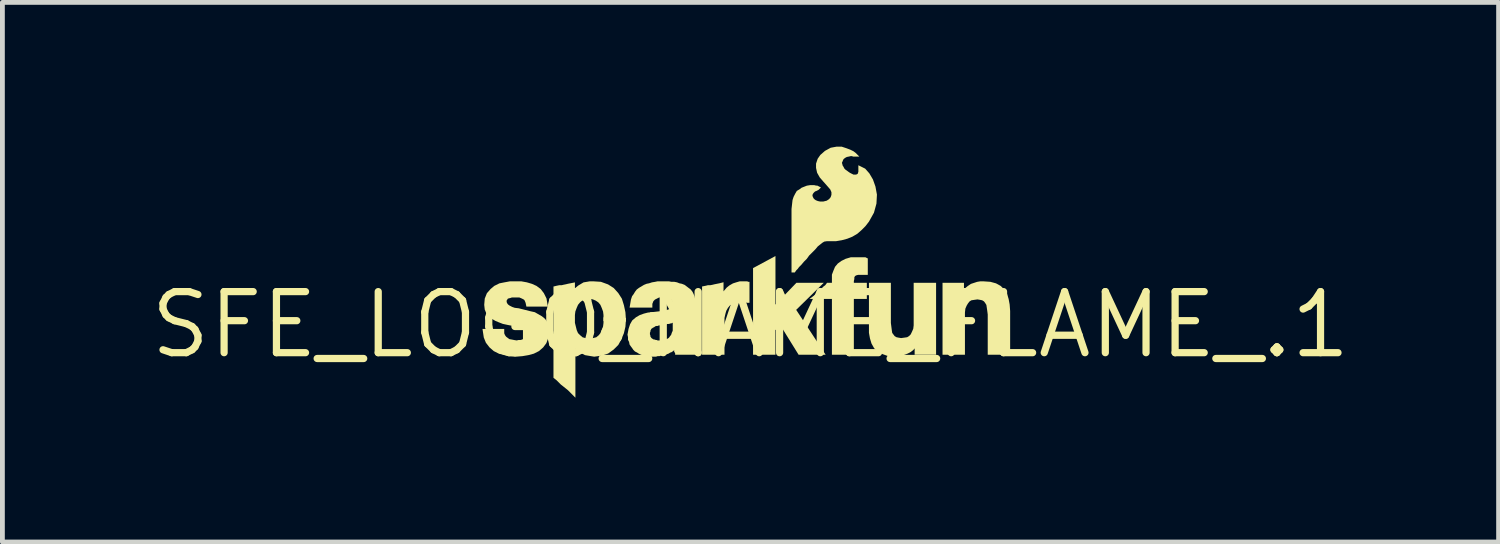
<source format=kicad_pcb>
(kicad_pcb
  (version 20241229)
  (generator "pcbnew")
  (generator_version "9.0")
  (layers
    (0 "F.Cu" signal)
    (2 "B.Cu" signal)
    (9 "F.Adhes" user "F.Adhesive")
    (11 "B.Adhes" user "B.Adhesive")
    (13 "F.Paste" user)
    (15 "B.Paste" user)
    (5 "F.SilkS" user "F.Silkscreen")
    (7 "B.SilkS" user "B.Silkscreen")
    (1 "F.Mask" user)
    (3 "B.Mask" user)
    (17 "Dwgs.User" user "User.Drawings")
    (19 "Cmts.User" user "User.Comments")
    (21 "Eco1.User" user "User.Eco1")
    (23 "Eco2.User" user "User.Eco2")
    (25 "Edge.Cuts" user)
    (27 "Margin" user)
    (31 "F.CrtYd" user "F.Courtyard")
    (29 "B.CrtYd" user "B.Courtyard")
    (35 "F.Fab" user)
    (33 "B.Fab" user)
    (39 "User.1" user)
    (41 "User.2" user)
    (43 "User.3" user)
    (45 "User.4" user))
  (footprint "SFE_LOGO_NAME_FLAME_.1"
    (layer "F.Cu")
    (at 12.556 3.704)
    (property "Reference" "SFE_LOGO_NAME_FLAME_.1" (at 0 0 0) (layer "F.SilkS") (effects (font (size 1.27 1.27) (thickness 0.15))))
    (fp_poly (pts (xy -2.588 -0.143) (xy -2.601 0.04) (xy -2.633 0.176) (xy -2.699 0.335) (xy -3.107 0.144) (xy -3.066 0.035) (xy -3.057 -0.038) (xy -3.057 -0.155)) (stroke (width 0) (type solid)) (fill yes) (layer "F.SilkS"))
    (fp_poly (pts (xy -1.695 -0.036) (xy -1.75 -0.008) (xy -1.773 -0.008) (xy -1.803 0.002) (xy -1.843 0.002) (xy -1.873 0.012) (xy -1.91 0.012) (xy -1.93 0.022) (xy -1.985 0.022) (xy -2.092 -0.258) (xy -1.864 -0.284) (xy -1.76 -0.299)) (stroke (width 0) (type solid)) (fill yes) (layer "F.SilkS"))
    (fp_poly (pts (xy 0.519 -0.421) (xy 0.955 -0.874) (xy 1.524 -0.874) (xy 0.95 -0.311) (xy 1.562 0.622) (xy 1 0.622) (xy 0.623 0.014) (xy 0.519 0.111) (xy 0.519 0.622) (xy 0.053 0.622) (xy 0.053 -1.179) (xy 0.519 -1.43)) (stroke (width 0) (type solid)) (fill yes) (layer "F.SilkS"))
    (fp_poly (pts (xy 2.439 -1.38) (xy 2.439 -1.038) (xy 2.236 -1.038) (xy 2.204 -1.03) (xy 2.177 -1.016) (xy 2.164 -0.997) (xy 2.159 -0.987) (xy 2.159 -0.951) (xy 2.149 -0.911) (xy 2.149 -0.874) (xy 2.419 -0.874) (xy 2.419 -0.538) (xy 2.149 -0.538) (xy 2.149 0.622) (xy 1.693 0.622) (xy 1.693 -0.538) (xy 1.227 -0.538) (xy 1.356 -0.635) (xy 1.516 -0.795) (xy 1.554 -0.823) (xy 1.592 -0.874) (xy 1.693 -0.874) (xy 1.693 -1.043) (xy 1.726 -1.13) (xy 1.758 -1.206) (xy 1.815 -1.274) (xy 1.891 -1.329) (xy 1.977 -1.372) (xy 2.085 -1.404) (xy 2.39 -1.404)) (stroke (width 0) (type solid)) (fill yes) (layer "F.SilkS"))
    (fp_poly (pts (xy -0.053 -0.894) (xy -0.021 -0.894) (xy -0.021 -0.458) (xy -0.078 -0.458) (xy -0.098 -0.468) (xy -0.197 -0.468) (xy -0.292 -0.458) (xy -0.365 -0.44) (xy -0.424 -0.406) (xy -0.468 -0.354) (xy -0.504 -0.291) (xy -0.522 -0.227) (xy -0.541 -0.142) (xy -0.541 0.622) (xy -1.007 0.622) (xy -1.007 -0.797) (xy -0.927 -0.813) (xy -0.884 -0.824) (xy -0.833 -0.824) (xy -0.787 -0.833) (xy -0.747 -0.843) (xy -0.647 -0.863) (xy -0.561 -0.885) (xy -0.561 -0.695) (xy -0.549 -0.71) (xy -0.496 -0.773) (xy -0.44 -0.818) (xy -0.365 -0.861) (xy -0.3 -0.882) (xy -0.224 -0.904) (xy -0.063 -0.904)) (stroke (width 0) (type solid)) (fill yes) (layer "F.SilkS"))
    (fp_poly (pts (xy 2.919 -0.038) (xy 2.939 0.118) (xy 2.947 0.169) (xy 2.997 0.235) (xy 3.035 0.258) (xy 3.078 0.267) (xy 3.132 0.276) (xy 3.205 0.266) (xy 3.258 0.258) (xy 3.297 0.234) (xy 3.33 0.201) (xy 3.356 0.148) (xy 3.384 0.084) (xy 3.393 0.012) (xy 3.393 -0.874) (xy 3.859 -0.874) (xy 3.859 0.622) (xy 3.413 0.622) (xy 3.413 0.49) (xy 3.388 0.521) (xy 3.332 0.566) (xy 3.267 0.599) (xy 3.214 0.62) (xy 3.15 0.641) (xy 3.077 0.652) (xy 3.013 0.662) (xy 2.863 0.652) (xy 2.745 0.609) (xy 2.649 0.555) (xy 2.571 0.488) (xy 2.516 0.389) (xy 2.484 0.283) (xy 2.463 0.167) (xy 2.463 -0.874) (xy 2.919 -0.874)) (stroke (width 0) (type solid)) (fill yes) (layer "F.SilkS"))
    (fp_poly (pts (xy 4.987 -0.894) (xy 5.105 -0.862) (xy 5.204 -0.807) (xy 5.281 -0.73) (xy 5.336 -0.642) (xy 5.368 -0.535) (xy 5.389 -0.421) (xy 5.399 -0.287) (xy 5.399 0.622) (xy 4.933 0.622) (xy 4.933 -0.214) (xy 4.923 -0.291) (xy 4.913 -0.36) (xy 4.905 -0.413) (xy 4.879 -0.455) (xy 4.855 -0.487) (xy 4.817 -0.51) (xy 4.774 -0.519) (xy 4.72 -0.528) (xy 4.647 -0.518) (xy 4.594 -0.51) (xy 4.556 -0.487) (xy 4.522 -0.444) (xy 4.495 -0.399) (xy 4.468 -0.336) (xy 4.459 -0.254) (xy 4.459 0.622) (xy 3.993 0.622) (xy 3.993 -0.874) (xy 4.439 -0.874) (xy 4.439 -0.738) (xy 4.466 -0.764) (xy 4.518 -0.807) (xy 4.584 -0.851) (xy 4.712 -0.893) (xy 4.778 -0.904) (xy 4.842 -0.904)) (stroke (width 0) (type solid)) (fill yes) (layer "F.SilkS"))
    (fp_poly (pts (xy -3.111 -0.894) (xy -2.962 -0.84) (xy -2.844 -0.765) (xy -2.749 -0.659) (xy -2.674 -0.542) (xy -2.632 -0.406) (xy -2.601 -0.261) (xy -2.588 -0.067) (xy -3.057 -0.079) (xy -3.057 -0.204) (xy -3.066 -0.277) (xy -3.094 -0.352) (xy -3.122 -0.416) (xy -3.165 -0.467) (xy -3.217 -0.502) (xy -3.279 -0.529) (xy -3.359 -0.538) (xy -3.43 -0.529) (xy -3.5 -0.502) (xy -3.542 -0.469) (xy -3.586 -0.416) (xy -3.614 -0.352) (xy -3.642 -0.277) (xy -3.651 -0.204) (xy -3.651 -0.041) (xy -3.613 0.112) (xy -3.587 0.172) (xy -3.543 0.216) (xy -3.491 0.26) (xy -3.432 0.276) (xy -3.349 0.286) (xy -3.276 0.276) (xy -3.207 0.259) (xy -3.156 0.217) (xy -3.122 0.174) (xy -3.078 0.073) (xy -2.666 0.267) (xy -2.748 0.417) (xy -2.844 0.513) (xy -2.961 0.598) (xy -3.09 0.641) (xy -3.25 0.663) (xy -3.441 0.631) (xy -3.507 0.597) (xy -3.614 0.533) (xy -3.641 0.5) (xy -3.641 1.516) (xy -3.794 1.362) (xy -3.944 1.242) (xy -4.034 1.152) (xy -4.097 1.102) (xy -4.097 -0.796) (xy -4.027 -0.813) (xy -3.973 -0.824) (xy -3.924 -0.824) (xy -3.887 -0.833) (xy -3.837 -0.843) (xy -3.797 -0.853) (xy -3.651 -0.882) (xy -3.651 -0.758) (xy -3.634 -0.774) (xy -3.581 -0.817) (xy -3.472 -0.882) (xy -3.342 -0.904) (xy -3.268 -0.904)) (stroke (width 0) (type solid)) (fill yes) (layer "F.SilkS"))
    (fp_poly (pts (xy -4.65 -0.883) (xy -4.546 -0.852) (xy -4.45 -0.809) (xy -4.362 -0.743) (xy -4.296 -0.656) (xy -4.242 -0.548) (xy -4.214 -0.378) (xy -4.66 -0.378) (xy -4.676 -0.455) (xy -4.693 -0.498) (xy -4.706 -0.519) (xy -4.728 -0.533) (xy -4.765 -0.551) (xy -4.806 -0.568) (xy -4.963 -0.568) (xy -4.988 -0.559) (xy -5.028 -0.549) (xy -5.045 -0.544) (xy -5.071 -0.504) (xy -5.071 -0.481) (xy -5.064 -0.453) (xy -5.042 -0.423) (xy -5.009 -0.399) (xy -4.954 -0.371) (xy -4.901 -0.353) (xy -4.822 -0.344) (xy -4.58 -0.283) (xy -4.485 -0.262) (xy -4.337 -0.177) (xy -4.27 -0.122) (xy -4.225 -0.054) (xy -4.192 0.024) (xy -4.181 0.125) (xy -4.202 0.263) (xy -4.245 0.382) (xy -4.311 0.47) (xy -4.398 0.546) (xy -4.505 0.6) (xy -4.621 0.631) (xy -4.744 0.652) (xy -4.869 0.662) (xy -4.994 0.652) (xy -5.117 0.631) (xy -5.233 0.6) (xy -5.34 0.546) (xy -5.427 0.47) (xy -5.502 0.373) (xy -5.546 0.264) (xy -5.573 0.086) (xy -5.121 0.086) (xy -5.121 0.177) (xy -5.105 0.215) (xy -5.082 0.247) (xy -5.014 0.298) (xy -4.962 0.307) (xy -4.912 0.317) (xy -4.861 0.325) (xy -4.824 0.316) (xy -4.784 0.316) (xy -4.752 0.308) (xy -4.719 0.291) (xy -4.684 0.265) (xy -4.663 0.245) (xy -4.648 0.184) (xy -4.655 0.157) (xy -4.669 0.129) (xy -4.7 0.106) (xy -4.745 0.079) (xy -4.8 0.061) (xy -4.957 0.021) (xy -5.057 0.001) (xy -5.15 -0.019) (xy -5.233 -0.051) (xy -5.306 -0.082) (xy -5.379 -0.124) (xy -5.446 -0.169) (xy -5.493 -0.238) (xy -5.526 -0.316) (xy -5.537 -0.415) (xy -5.526 -0.545) (xy -5.482 -0.656) (xy -5.406 -0.743) (xy -5.33 -0.808) (xy -5.221 -0.862) (xy -5.116 -0.883) (xy -5.002 -0.904) (xy -4.766 -0.904)) (stroke (width 0) (type solid)) (fill yes) (layer "F.SilkS"))
    (fp_poly (pts (xy 1.994 -3.672) (xy 2.076 -3.641) (xy 2.141 -3.609) (xy 2.186 -3.575) (xy 2.263 -3.498) (xy 2.135 -3.498) (xy 2.105 -3.508) (xy 2.086 -3.508) (xy 2.049 -3.499) (xy 2.003 -3.49) (xy 1.971 -3.473) (xy 1.939 -3.449) (xy 1.926 -3.429) (xy 1.916 -3.401) (xy 1.906 -3.381) (xy 1.901 -3.366) (xy 1.908 -3.347) (xy 1.916 -3.312) (xy 1.934 -3.285) (xy 1.952 -3.249) (xy 1.975 -3.226) (xy 2.003 -3.207) (xy 2.043 -3.177) (xy 2.07 -3.159) (xy 2.14 -3.124) (xy 2.195 -3.124) (xy 2.214 -3.131) (xy 2.229 -3.14) (xy 2.243 -3.182) (xy 2.243 -3.318) (xy 2.385 -3.247) (xy 2.472 -3.148) (xy 2.546 -3.022) (xy 2.598 -2.876) (xy 2.629 -2.708) (xy 2.619 -2.52) (xy 2.567 -2.331) (xy 2.463 -2.145) (xy 2.39 -2.051) (xy 2.307 -1.968) (xy 2.224 -1.895) (xy 2.118 -1.832) (xy 2.013 -1.79) (xy 1.899 -1.759) (xy 1.774 -1.738) (xy 1.584 -1.738) (xy 1.534 -1.73) (xy 1.493 -1.705) (xy 1.398 -1.629) (xy 1.349 -1.57) (xy 1.22 -1.441) (xy 1.17 -1.371) (xy 1.109 -1.31) (xy 1.059 -1.25) (xy 1.01 -1.201) (xy 0.98 -1.161) (xy 0.951 -1.132) (xy 0.921 -1.088) (xy 0.853 -1.088) (xy 0.853 -2.408) (xy 0.874 -2.594) (xy 0.896 -2.661) (xy 0.928 -2.724) (xy 0.963 -2.784) (xy 1.02 -2.818) (xy 1.062 -2.85) (xy 1.171 -2.893) (xy 1.238 -2.904) (xy 1.326 -2.904) (xy 1.366 -2.894) (xy 1.39 -2.894) (xy 1.465 -2.856) (xy 1.414 -2.805) (xy 1.366 -2.781) (xy 1.342 -2.773) (xy 1.311 -2.742) (xy 1.296 -2.719) (xy 1.289 -2.7) (xy 1.289 -2.682) (xy 1.296 -2.661) (xy 1.312 -2.629) (xy 1.335 -2.606) (xy 1.359 -2.59) (xy 1.402 -2.573) (xy 1.445 -2.564) (xy 1.516 -2.564) (xy 1.585 -2.581) (xy 1.635 -2.614) (xy 1.667 -2.654) (xy 1.683 -2.702) (xy 1.683 -2.758) (xy 1.658 -2.815) (xy 1.592 -2.891) (xy 1.512 -2.981) (xy 1.44 -3.064) (xy 1.385 -3.162) (xy 1.363 -3.262) (xy 1.363 -3.352) (xy 1.397 -3.453) (xy 1.452 -3.532) (xy 1.549 -3.617) (xy 1.668 -3.682) (xy 1.788 -3.704) (xy 1.897 -3.704)) (stroke (width 0) (type solid)) (fill yes) (layer "F.SilkS"))
    (fp_poly (pts (xy -1.645 -0.894) (xy -1.585 -0.894) (xy -1.528 -0.883) (xy -1.478 -0.863) (xy -1.428 -0.853) (xy -1.37 -0.83) (xy -1.242 -0.733) (xy -1.206 -0.686) (xy -1.184 -0.642) (xy -1.162 -0.587) (xy -1.151 -0.53) (xy -1.151 0.335) (xy -1.141 0.355) (xy -1.141 0.445) (xy -1.131 0.465) (xy -1.131 0.485) (xy -1.121 0.505) (xy -1.121 0.535) (xy -1.118 0.541) (xy -1.101 0.558) (xy -1.101 0.622) (xy -1.567 0.622) (xy -1.567 0.59) (xy -1.577 0.58) (xy -1.577 0.57) (xy -1.587 0.56) (xy -1.587 0.53) (xy -1.589 0.528) (xy -1.605 0.544) (xy -1.642 0.569) (xy -1.672 0.579) (xy -1.702 0.599) (xy -1.833 0.642) (xy -1.863 0.642) (xy -1.893 0.652) (xy -1.933 0.652) (xy -1.963 0.662) (xy -2.083 0.662) (xy -2.133 0.652) (xy -2.184 0.652) (xy -2.231 0.64) (xy -2.285 0.619) (xy -2.328 0.597) (xy -2.358 0.577) (xy -2.402 0.555) (xy -2.439 0.518) (xy -2.46 0.486) (xy -2.49 0.446) (xy -2.515 0.409) (xy -2.525 0.356) (xy -2.547 0.313) (xy -2.547 0.258) (xy -2.558 0.204) (xy -2.536 0.085) (xy -2.504 -0.012) (xy -2.459 -0.091) (xy -2.381 -0.157) (xy -2.305 -0.201) (xy -2.22 -0.232) (xy -2.136 -0.254) (xy -2.014 -0.267) (xy -1.909 0.008) (xy -1.974 0.029) (xy -1.986 0.035) (xy -1.996 0.045) (xy -2.036 0.065) (xy -2.046 0.075) (xy -2.061 0.082) (xy -2.081 0.123) (xy -2.081 0.143) (xy -2.091 0.163) (xy -2.091 0.198) (xy -2.081 0.228) (xy -2.081 0.245) (xy -2.078 0.251) (xy -2.068 0.261) (xy -2.061 0.276) (xy -2.046 0.283) (xy -2.036 0.293) (xy -2.01 0.306) (xy -1.99 0.306) (xy -1.97 0.316) (xy -1.95 0.316) (xy -1.93 0.326) (xy -1.893 0.326) (xy -1.843 0.316) (xy -1.798 0.316) (xy -1.762 0.298) (xy -1.725 0.289) (xy -1.703 0.274) (xy -1.689 0.26) (xy -1.669 0.23) (xy -1.652 0.213) (xy -1.634 0.159) (xy -1.624 0.139) (xy -1.617 0.118) (xy -1.617 -0.044) (xy -1.65 -0.028) (xy -1.67 -0.028) (xy -1.69 -0.018) (xy -1.769 -0.018) (xy -1.835 -0.283) (xy -1.73 -0.312) (xy -1.675 -0.331) (xy -1.635 -0.355) (xy -1.617 -0.379) (xy -1.617 -0.467) (xy -1.64 -0.513) (xy -1.65 -0.523) (xy -1.657 -0.538) (xy -1.698 -0.558) (xy -1.718 -0.558) (xy -1.738 -0.568) (xy -1.9 -0.568) (xy -1.986 -0.525) (xy -2.018 -0.493) (xy -2.024 -0.481) (xy -2.034 -0.451) (xy -2.041 -0.437) (xy -2.041 -0.358) (xy -2.514 -0.358) (xy -2.486 -0.525) (xy -2.463 -0.594) (xy -2.431 -0.637) (xy -2.401 -0.687) (xy -2.366 -0.733) (xy -2.32 -0.768) (xy -2.216 -0.83) (xy -2.16 -0.853) (xy -2.109 -0.863) (xy -2.048 -0.883) (xy -1.986 -0.893) (xy -1.933 -0.904) (xy -1.695 -0.904)) (stroke (width 0) (type solid)) (fill yes) (layer "F.SilkS")))
  (gr_rect
    (start -3 -3)
    (end 28.112 8.22)
    (stroke (width 0.1) (type default))
    (fill no)
    (layer "Edge.Cuts")))
</source>
